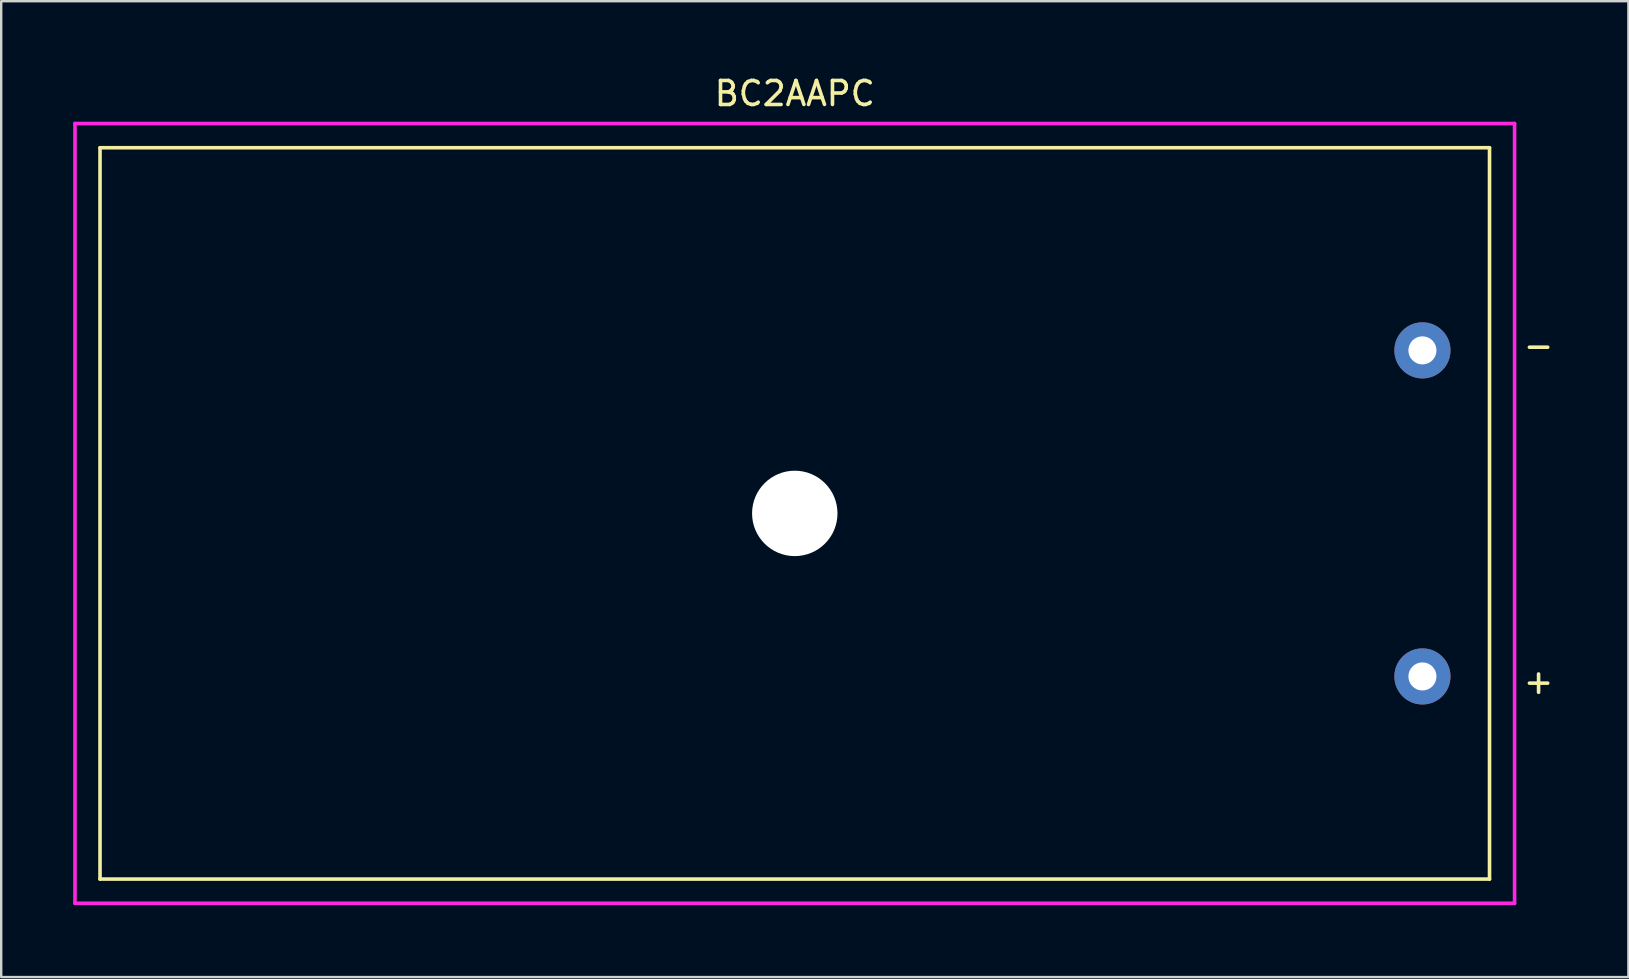
<source format=kicad_pcb>
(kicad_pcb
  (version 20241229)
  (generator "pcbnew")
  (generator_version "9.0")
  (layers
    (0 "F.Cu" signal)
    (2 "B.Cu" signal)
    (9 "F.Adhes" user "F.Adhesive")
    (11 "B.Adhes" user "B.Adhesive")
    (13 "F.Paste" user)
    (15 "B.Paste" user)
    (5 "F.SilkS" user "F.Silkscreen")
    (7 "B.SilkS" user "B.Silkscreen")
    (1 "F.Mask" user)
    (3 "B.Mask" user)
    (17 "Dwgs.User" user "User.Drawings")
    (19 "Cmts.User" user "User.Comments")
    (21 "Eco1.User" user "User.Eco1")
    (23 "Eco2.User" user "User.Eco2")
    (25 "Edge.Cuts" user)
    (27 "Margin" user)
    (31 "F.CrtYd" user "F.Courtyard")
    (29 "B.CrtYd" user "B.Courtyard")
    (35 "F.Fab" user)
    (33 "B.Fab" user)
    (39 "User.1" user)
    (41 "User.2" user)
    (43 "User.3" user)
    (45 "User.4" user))
  (footprint "BC2AAPC"
    (layer "F.Cu")
    (at 30.075 18.348)
    (property "Reference" "BC2AAPC" (at 0 -17.5 0) (layer "F.SilkS") (effects (font (size 1 1) (thickness 0.15))))
    (attr through_hole)
    (fp_line (start -28.956 -15.24) (end -28.956 15.24) (stroke (width 0.15) (type solid)) (layer "F.SilkS"))
    (fp_line (start -28.956 15.24) (end 28.956 15.24) (stroke (width 0.15) (type solid)) (layer "F.SilkS"))
    (fp_line (start 28.956 -15.24) (end -28.956 -15.24) (stroke (width 0.15) (type solid)) (layer "F.SilkS"))
    (fp_line (start 28.956 15.24) (end 28.956 -15.24) (stroke (width 0.15) (type solid)) (layer "F.SilkS"))
    (fp_line (start -30 -16.25) (end -30 16.25) (stroke (width 0.15) (type solid)) (layer "F.CrtYd"))
    (fp_line (start -30 16.25) (end 30 16.25) (stroke (width 0.15) (type solid)) (layer "F.CrtYd"))
    (fp_line (start 30 -16.25) (end -30 -16.25) (stroke (width 0.15) (type solid)) (layer "F.CrtYd"))
    (fp_line (start 30 16.25) (end 30 -16.25) (stroke (width 0.15) (type solid)) (layer "F.CrtYd"))
    (fp_text user "+" (at 31 7 0) (layer "F.SilkS") (effects (font (size 1 1) (thickness 0.15))))
    (fp_text user "-" (at 31 -7 0) (layer "F.SilkS") (effects (font (size 1 1) (thickness 0.15))))
    (pad "" np_thru_hole circle (at 0 0) (size 3.56 3.56) (drill 3.56) (layers "*.Cu" "*.Mask"))
    (pad "+" thru_hole circle (at 26.16 6.795) (size 2.34 2.34) (drill 1.17) (layers "*.Cu" "*.Mask"))
    (pad "-" thru_hole circle (at 26.16 -6.795) (size 2.34 2.34) (drill 1.17) (layers "*.Cu" "*.Mask")))
  (gr_rect
    (start -3 -3)
    (end 64.819 37.673)
    (stroke (width 0.1) (type default))
    (fill no)
    (layer "Edge.Cuts")))
</source>
